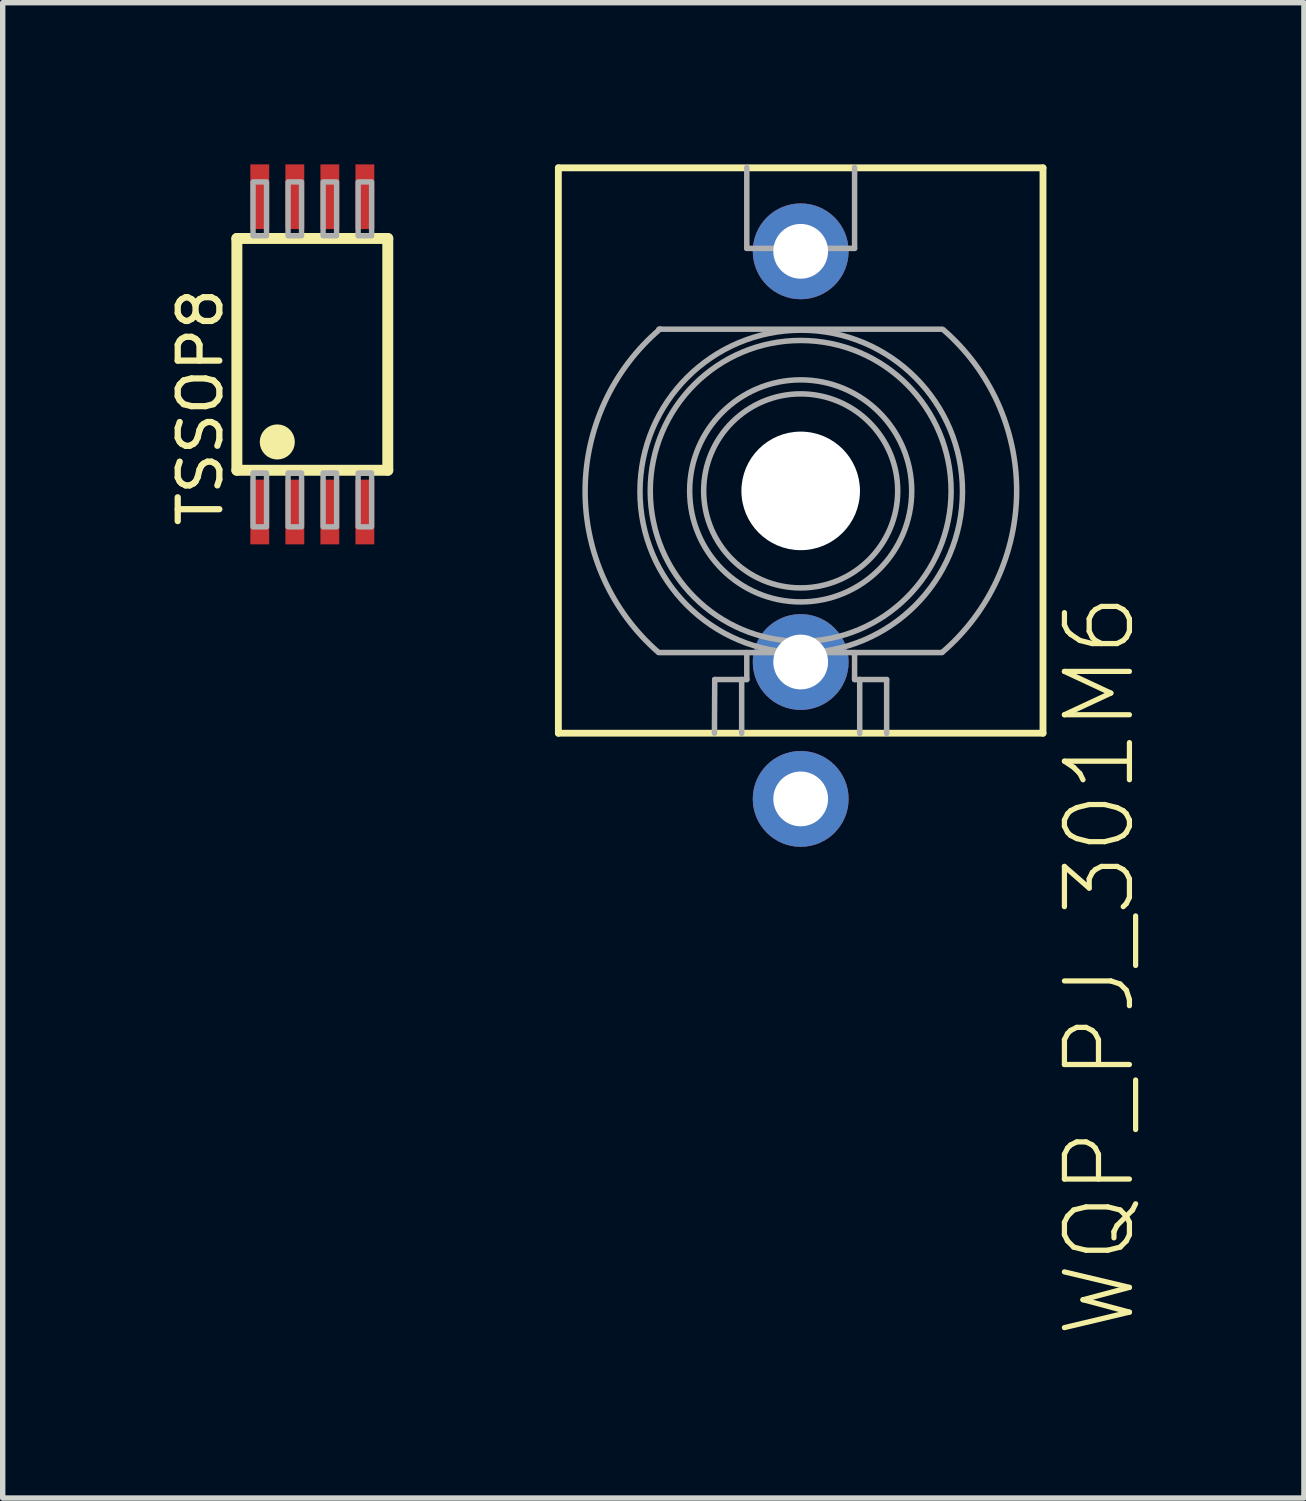
<source format=kicad_pcb>
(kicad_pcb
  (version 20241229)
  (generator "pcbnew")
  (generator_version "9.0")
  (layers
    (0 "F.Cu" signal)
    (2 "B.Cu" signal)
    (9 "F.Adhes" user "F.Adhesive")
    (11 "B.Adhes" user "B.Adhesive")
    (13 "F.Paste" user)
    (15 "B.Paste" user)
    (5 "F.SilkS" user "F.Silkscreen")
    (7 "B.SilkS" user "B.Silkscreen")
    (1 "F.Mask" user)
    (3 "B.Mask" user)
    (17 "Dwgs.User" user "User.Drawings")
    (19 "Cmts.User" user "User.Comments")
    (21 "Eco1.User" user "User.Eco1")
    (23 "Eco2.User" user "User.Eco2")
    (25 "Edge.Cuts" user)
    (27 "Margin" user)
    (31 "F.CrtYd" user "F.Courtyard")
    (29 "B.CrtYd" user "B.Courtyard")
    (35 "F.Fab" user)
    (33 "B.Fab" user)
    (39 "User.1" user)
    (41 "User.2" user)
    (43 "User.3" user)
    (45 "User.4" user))
  (footprint "WQP_PJ_301M6"
    (layer "F.Cu")
    (at 11.806 6.058)
    (property "Reference" "WQP_PJ_301M6" (at 4.841 1.85 90) (layer "F.SilkS") (effects (font (size 1.206 1.206) (thickness 0.097)) (justify right top)))
    (attr through_hole)
    (fp_line (start -4.496 -5.994) (end 4.496 -5.994) (stroke (width 0.127) (type solid)) (layer "F.SilkS"))
    (fp_line (start -4.496 4.496) (end -4.496 -5.994) (stroke (width 0.127) (type solid)) (layer "F.SilkS"))
    (fp_line (start 4.496 -5.994) (end 4.496 4.496) (stroke (width 0.127) (type solid)) (layer "F.SilkS"))
    (fp_line (start 4.496 4.496) (end -4.496 4.496) (stroke (width 0.127) (type solid)) (layer "F.SilkS"))
    (fp_line (start -2.631 -3) (end 2.62 -3) (stroke (width 0.102) (type solid)) (layer "F.Fab"))
    (fp_line (start -2.631 3) (end 2.62 3) (stroke (width 0.102) (type solid)) (layer "F.Fab"))
    (fp_line (start -1.6 4.496) (end -1.595 3.5) (stroke (width 0.102) (type solid)) (layer "F.Fab"))
    (fp_line (start -1.595 3.5) (end -1.095 3.5) (stroke (width 0.102) (type solid)) (layer "F.Fab"))
    (fp_line (start -1.095 3.5) (end -1.095 4.5) (stroke (width 0.102) (type solid)) (layer "F.Fab"))
    (fp_line (start -1.095 3.5) (end -1 3.5) (stroke (width 0.102) (type solid)) (layer "F.Fab"))
    (fp_line (start -1 -4.5) (end -1 -6) (stroke (width 0.102) (type solid)) (layer "F.Fab"))
    (fp_line (start -1 0) (end 1 0) (stroke (width 0.102) (type solid)) (layer "F.Fab"))
    (fp_line (start -1 3.5) (end -1 3) (stroke (width 0.102) (type solid)) (layer "F.Fab"))
    (fp_line (start 0 -1) (end 0 1) (stroke (width 0.102) (type solid)) (layer "F.Fab"))
    (fp_line (start 1 -6) (end 1 -4.5) (stroke (width 0.102) (type solid)) (layer "F.Fab"))
    (fp_line (start 1 -4.5) (end -1 -4.5) (stroke (width 0.102) (type solid)) (layer "F.Fab"))
    (fp_line (start 1 3) (end 1 3.5) (stroke (width 0.102) (type solid)) (layer "F.Fab"))
    (fp_line (start 1 3.5) (end 1.095 3.5) (stroke (width 0.102) (type solid)) (layer "F.Fab"))
    (fp_line (start 1.095 3.5) (end 1.095 4.5) (stroke (width 0.102) (type solid)) (layer "F.Fab"))
    (fp_line (start 1.095 3.5) (end 1.595 3.5) (stroke (width 0.102) (type solid)) (layer "F.Fab"))
    (fp_line (start 1.595 3.5) (end 1.595 4.5) (stroke (width 0.102) (type solid)) (layer "F.Fab"))
    (fp_arc (start -2.641998 2.994) (mid -3.999529 -0.012791) (end -2.608 -3.004) (stroke (width 0.1016) (type solid)) (layer "F.Fab"))
    (fp_arc (start 2.642 -2.994) (mid 4.007235 0.003208) (end 2.628 2.994) (stroke (width 0.1016) (type solid)) (layer "F.Fab"))
    (fp_circle (center 0 0) (end 1.8 0) (stroke (width 0.102) (type solid)) (fill no) (layer "F.Fab"))
    (fp_circle (center 0 0) (end 2.06 0) (stroke (width 0.102) (type solid)) (fill no) (layer "F.Fab"))
    (fp_circle (center 0 0) (end 2.791 0) (stroke (width 0.102) (type solid)) (fill no) (layer "F.Fab"))
    (fp_circle (center 0.01 0.01) (end 3.002 0.01) (stroke (width 0.102) (type solid)) (fill no) (layer "F.Fab"))
    (pad "" np_thru_hole circle (at 0 0) (size 2.2 2.2) (drill 2.2) (layers "*.Cu" "*.Mask"))
    (pad "P1" thru_hole circle (at 0 5.715) (size 1.778 1.778) (drill 1.016) (layers "*.Cu" "*.Mask"))
    (pad "P2" thru_hole circle (at 0 3.175) (size 1.778 1.778) (drill 1.016) (layers "*.Cu" "*.Mask"))
    (pad "P3" thru_hole circle (at 0 -4.445) (size 1.778 1.778) (drill 1.016) (layers "*.Cu" "*.Mask")))
  (footprint "TSSOP8"
    (layer "F.Cu")
    (at 2.745 3.525)
    (property "Reference" "TSSOP8" (at -1.625 3.243 90) (layer "F.SilkS") (effects (font (size 0.772 0.772) (thickness 0.116)) (justify left bottom)))
    (attr through_hole)
    (fp_line (start -1.4 -2.15) (end -1.4 2.15) (stroke (width 0.203) (type solid)) (layer "F.SilkS"))
    (fp_line (start -1.4 2.15) (end 1.4 2.15) (stroke (width 0.203) (type solid)) (layer "F.SilkS"))
    (fp_line (start 1.4 -2.15) (end -1.4 -2.15) (stroke (width 0.203) (type solid)) (layer "F.SilkS"))
    (fp_line (start 1.4 2.15) (end 1.4 -2.15) (stroke (width 0.203) (type solid)) (layer "F.SilkS"))
    (fp_circle (center -0.65 1.625) (end -0.487 1.625) (stroke (width 0.325) (type solid)) (fill no) (layer "F.SilkS"))
    (fp_poly (pts (xy -1.1 -2.2) (xy -0.85 -2.2) (xy -0.85 -3.2) (xy -1.1 -3.2)) (stroke (width 0.1) (type solid)) (fill no) (layer "F.Fab"))
    (fp_poly (pts (xy -1.1 3.2) (xy -0.85 3.2) (xy -0.85 2.2) (xy -1.1 2.2)) (stroke (width 0.1) (type solid)) (fill no) (layer "F.Fab"))
    (fp_poly (pts (xy -0.45 -2.2) (xy -0.2 -2.2) (xy -0.2 -3.2) (xy -0.45 -3.2)) (stroke (width 0.1) (type solid)) (fill no) (layer "F.Fab"))
    (fp_poly (pts (xy -0.45 3.2) (xy -0.2 3.2) (xy -0.2 2.2) (xy -0.45 2.2)) (stroke (width 0.1) (type solid)) (fill no) (layer "F.Fab"))
    (fp_poly (pts (xy 0.2 -2.2) (xy 0.45 -2.2) (xy 0.45 -3.2) (xy 0.2 -3.2)) (stroke (width 0.1) (type solid)) (fill no) (layer "F.Fab"))
    (fp_poly (pts (xy 0.2 3.2) (xy 0.45 3.2) (xy 0.45 2.2) (xy 0.2 2.2)) (stroke (width 0.1) (type solid)) (fill no) (layer "F.Fab"))
    (fp_poly (pts (xy 0.85 -2.2) (xy 1.1 -2.2) (xy 1.1 -3.2) (xy 0.85 -3.2)) (stroke (width 0.1) (type solid)) (fill no) (layer "F.Fab"))
    (fp_poly (pts (xy 0.85 3.2) (xy 1.1 3.2) (xy 1.1 2.2) (xy 0.85 2.2)) (stroke (width 0.1) (type solid)) (fill no) (layer "F.Fab"))
    (pad "1" smd rect (at -0.975 2.925) (size 0.35 1.2) (layers "F.Cu" "F.Mask" "F.Paste"))
    (pad "2" smd rect (at -0.325 2.925) (size 0.35 1.2) (layers "F.Cu" "F.Mask" "F.Paste"))
    (pad "3" smd rect (at 0.325 2.925) (size 0.35 1.2) (layers "F.Cu" "F.Mask" "F.Paste"))
    (pad "4" smd rect (at 0.975 2.925) (size 0.35 1.2) (layers "F.Cu" "F.Mask" "F.Paste"))
    (pad "5" smd rect (at 0.975 -2.925) (size 0.35 1.2) (layers "F.Cu" "F.Mask" "F.Paste"))
    (pad "6" smd rect (at 0.325 -2.925) (size 0.35 1.2) (layers "F.Cu" "F.Mask" "F.Paste"))
    (pad "7" smd rect (at -0.325 -2.925) (size 0.35 1.2) (layers "F.Cu" "F.Mask" "F.Paste"))
    (pad "8" smd rect (at -0.975 -2.925) (size 0.35 1.2) (layers "F.Cu" "F.Mask" "F.Paste")))
  (gr_rect
    (start -3 -3)
    (end 21.143 24.745)
    (stroke (width 0.1) (type default))
    (fill no)
    (layer "Edge.Cuts")))
</source>
